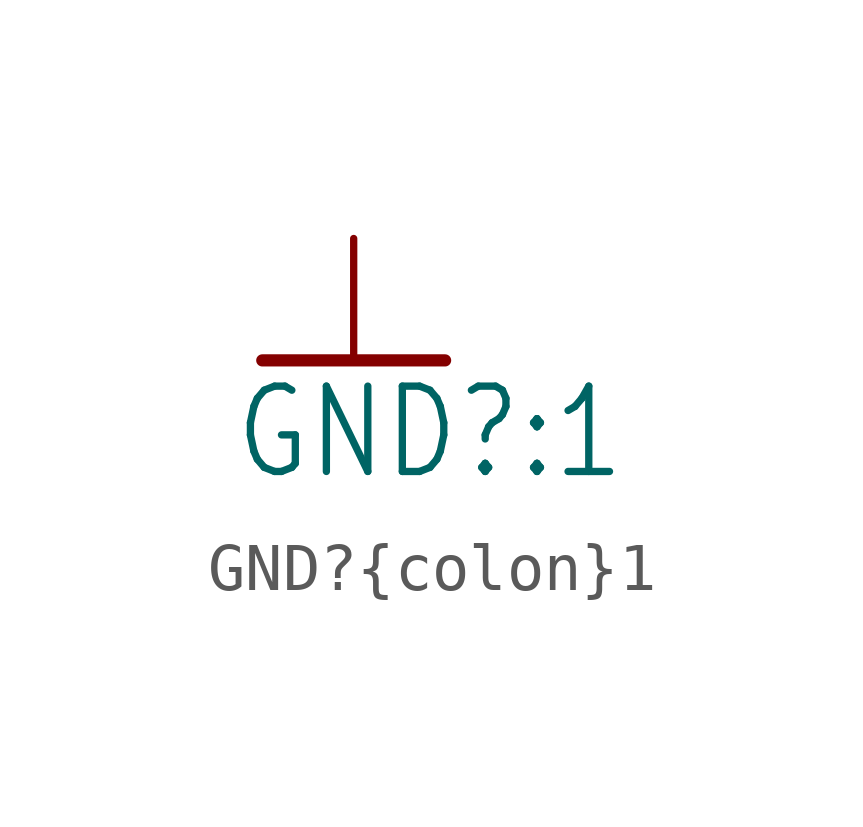
<source format=kicad_sym>
(kicad_symbol_lib
  (version 20211014)
  (generator kicad_symbol_editor)
  (symbol "GND?{colon}1"
    (power)
    (property "Reference" "#GND"
      (at 0 0 0)
      (effects (font (size 1.27 1.27)) hide))
    (property "Value" "GND?{colon}1"
      (at -2.54 -2.54 0)
      (effects (font (size 1.778 1.511)) (justify left bottom)))
    (property "ki_locked" ""
      (at 0 0 0)
      (effects (font (size 1.27 1.27))))
    (symbol "GND?{colon}1_1_0"
      (polyline (pts (xy -1.905 0) (xy 1.905 0)) (stroke (width 0.254) (type default) (color 0 0 0 0)) (fill (type none)))
      (pin power_in line (at 0 2.54 270) (length 2.54) (name "GND" (effects (font (size 0 0)))) (number "1" (effects (font (size 0 0))))))))
</source>
